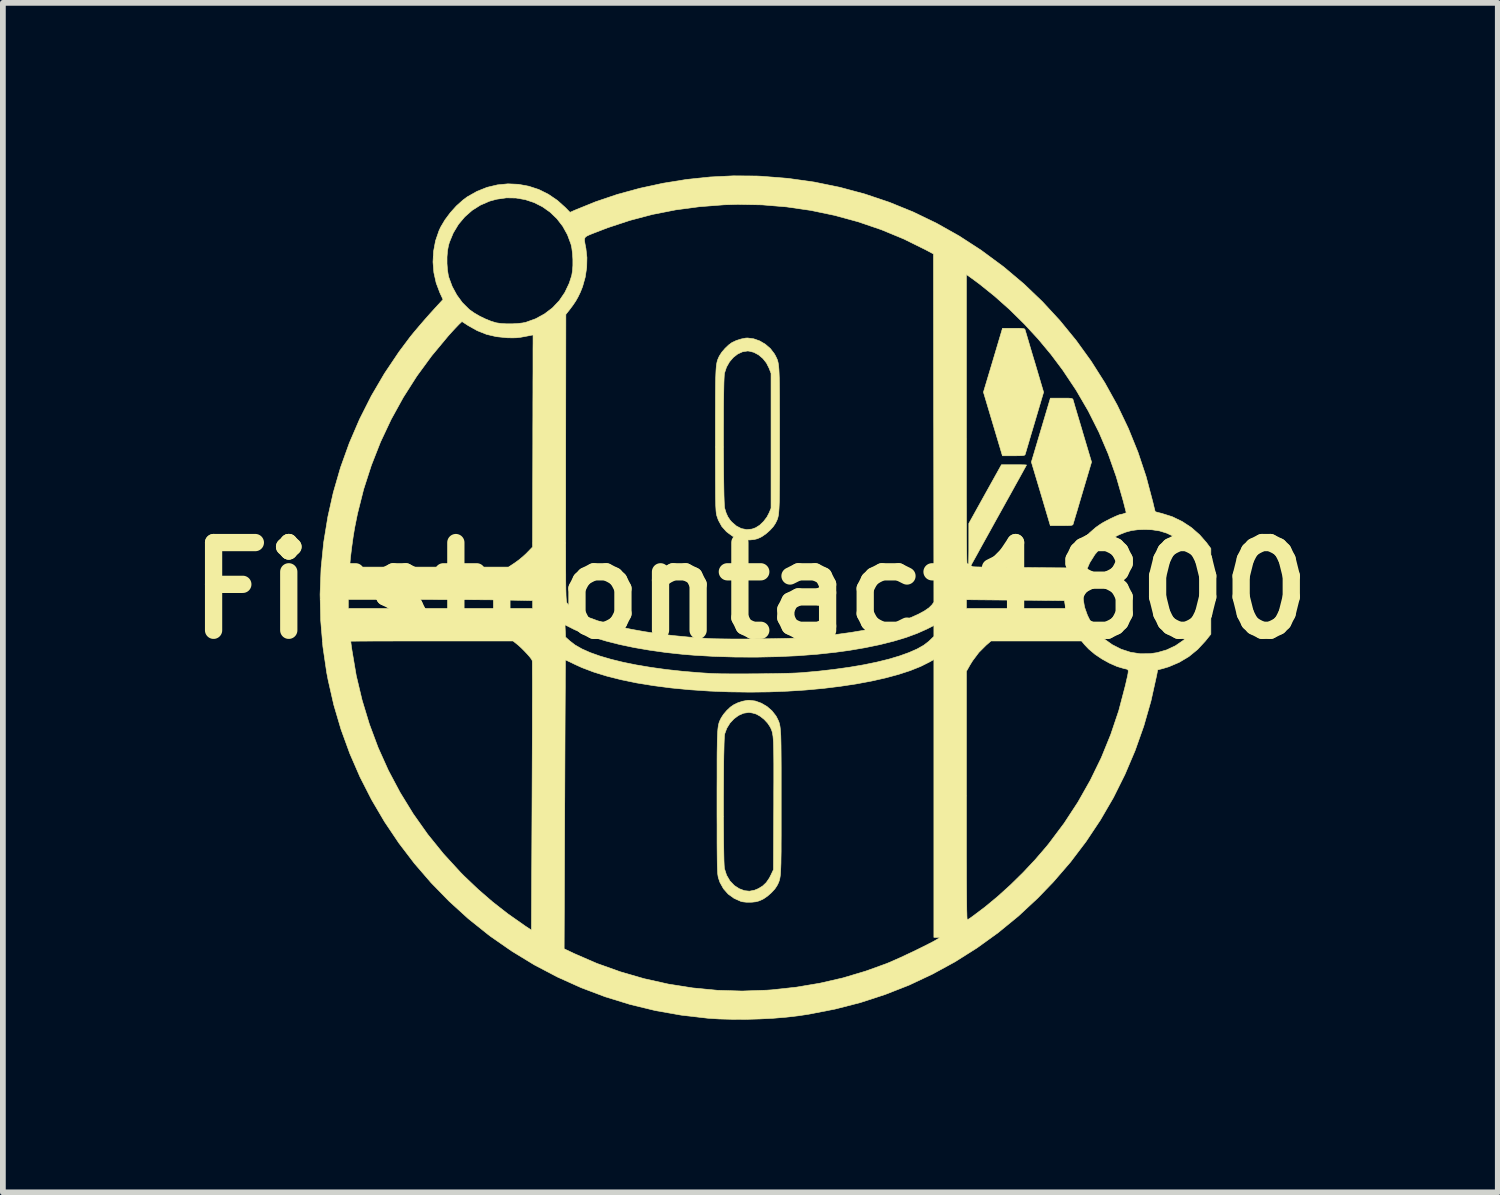
<source format=kicad_pcb>
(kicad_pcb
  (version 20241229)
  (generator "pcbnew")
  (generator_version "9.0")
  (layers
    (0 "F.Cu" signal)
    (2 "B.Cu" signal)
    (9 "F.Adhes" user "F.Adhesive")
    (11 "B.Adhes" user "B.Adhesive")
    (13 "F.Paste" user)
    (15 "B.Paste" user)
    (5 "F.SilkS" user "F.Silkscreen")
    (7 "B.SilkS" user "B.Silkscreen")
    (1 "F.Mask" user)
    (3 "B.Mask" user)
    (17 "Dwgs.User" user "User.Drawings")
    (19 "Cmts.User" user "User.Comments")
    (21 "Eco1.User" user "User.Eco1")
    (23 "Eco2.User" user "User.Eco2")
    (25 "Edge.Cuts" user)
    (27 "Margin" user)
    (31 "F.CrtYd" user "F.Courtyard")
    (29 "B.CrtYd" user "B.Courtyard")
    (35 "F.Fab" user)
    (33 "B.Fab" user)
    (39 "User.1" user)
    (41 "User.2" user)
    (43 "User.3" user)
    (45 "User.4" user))
  (footprint "Firstcontact1800"
    (layer "F.Cu")
    (at 9.986 7.211)
    (property "Reference" "Firstcontact1800" (at 0 0 0) (layer "F.SilkS") (effects (font (size 1.524 1.524) (thickness 0.3))))
    (attr through_hole)
    (fp_poly (pts (xy 5.484 -3.344) (xy 5.538 -3.343) (xy 5.573 -3.34) (xy 5.593 -3.334) (xy 5.603 -3.326) (xy 5.606 -3.32) (xy 5.611 -3.301) (xy 5.624 -3.258) (xy 5.642 -3.195) (xy 5.666 -3.114) (xy 5.695 -3.017) (xy 5.727 -2.91) (xy 5.762 -2.793) (xy 5.77 -2.764) (xy 5.928 -2.234) (xy 5.771 -1.706) (xy 5.736 -1.588) (xy 5.704 -1.479) (xy 5.675 -1.38) (xy 5.649 -1.295) (xy 5.629 -1.227) (xy 5.615 -1.18) (xy 5.608 -1.155) (xy 5.608 -1.154) (xy 5.602 -1.144) (xy 5.589 -1.137) (xy 5.564 -1.132) (xy 5.522 -1.13) (xy 5.46 -1.129) (xy 5.406 -1.129) (xy 5.212 -1.129) (xy 5.048 -1.682) (xy 4.883 -2.234) (xy 5.213 -3.344) (xy 5.406 -3.344) (xy 5.484 -3.344)) (stroke (width 0.01) (type solid)) (fill yes) (layer "F.SilkS"))
    (fp_poly (pts (xy 4.651 -4.558) (xy 4.706 -4.556) (xy 4.74 -4.553) (xy 4.76 -4.548) (xy 4.77 -4.54) (xy 4.773 -4.533) (xy 4.778 -4.515) (xy 4.791 -4.472) (xy 4.81 -4.408) (xy 4.834 -4.327) (xy 4.862 -4.231) (xy 4.894 -4.123) (xy 4.929 -4.007) (xy 4.938 -3.978) (xy 5.095 -3.447) (xy 4.939 -2.92) (xy 4.904 -2.802) (xy 4.871 -2.692) (xy 4.842 -2.593) (xy 4.817 -2.508) (xy 4.797 -2.441) (xy 4.783 -2.393) (xy 4.776 -2.369) (xy 4.775 -2.367) (xy 4.769 -2.357) (xy 4.756 -2.35) (xy 4.731 -2.346) (xy 4.69 -2.344) (xy 4.628 -2.343) (xy 4.574 -2.342) (xy 4.38 -2.342) (xy 4.215 -2.895) (xy 4.05 -3.448) (xy 4.216 -4.003) (xy 4.381 -4.558) (xy 4.574 -4.558) (xy 4.651 -4.558)) (stroke (width 0.01) (type solid)) (fill yes) (layer "F.SilkS"))
    (fp_poly (pts (xy 0.058 -4.375) (xy 0.163 -4.338) (xy 0.261 -4.28) (xy 0.348 -4.205) (xy 0.416 -4.116) (xy 0.434 -4.085) (xy 0.446 -4.061) (xy 0.457 -4.038) (xy 0.467 -4.016) (xy 0.475 -3.991) (xy 0.482 -3.963) (xy 0.488 -3.928) (xy 0.493 -3.887) (xy 0.497 -3.836) (xy 0.5 -3.773) (xy 0.503 -3.698) (xy 0.505 -3.607) (xy 0.506 -3.5) (xy 0.507 -3.374) (xy 0.507 -3.227) (xy 0.508 -3.058) (xy 0.508 -2.864) (xy 0.508 -2.644) (xy 0.508 -2.624) (xy 0.508 -2.402) (xy 0.508 -2.206) (xy 0.508 -2.035) (xy 0.507 -1.887) (xy 0.506 -1.76) (xy 0.505 -1.651) (xy 0.504 -1.559) (xy 0.501 -1.483) (xy 0.498 -1.42) (xy 0.494 -1.368) (xy 0.49 -1.326) (xy 0.484 -1.292) (xy 0.477 -1.263) (xy 0.469 -1.239) (xy 0.46 -1.217) (xy 0.449 -1.195) (xy 0.437 -1.171) (xy 0.436 -1.168) (xy 0.396 -1.109) (xy 0.339 -1.047) (xy 0.272 -0.988) (xy 0.203 -0.94) (xy 0.176 -0.925) (xy 0.12 -0.901) (xy 0.067 -0.888) (xy 0.002 -0.881) (xy -0.021 -0.88) (xy -0.095 -0.88) (xy -0.158 -0.886) (xy -0.191 -0.894) (xy -0.311 -0.947) (xy -0.413 -1.022) (xy -0.496 -1.115) (xy -0.556 -1.225) (xy -0.581 -1.297) (xy -0.586 -1.315) (xy -0.59 -1.335) (xy -0.593 -1.358) (xy -0.596 -1.388) (xy -0.598 -1.425) (xy -0.601 -1.471) (xy -0.602 -1.529) (xy -0.604 -1.601) (xy -0.605 -1.688) (xy -0.605 -1.791) (xy -0.606 -1.914) (xy -0.606 -2.057) (xy -0.607 -2.223) (xy -0.607 -2.414) (xy -0.607 -2.625) (xy -0.607 -2.656) (xy -0.467 -2.656) (xy -0.467 -2.495) (xy -0.466 -2.336) (xy -0.465 -2.182) (xy -0.464 -2.034) (xy -0.462 -1.897) (xy -0.46 -1.772) (xy -0.458 -1.662) (xy -0.455 -1.57) (xy -0.452 -1.499) (xy -0.449 -1.452) (xy -0.446 -1.432) (xy -0.42 -1.348) (xy -0.39 -1.282) (xy -0.351 -1.224) (xy -0.322 -1.191) (xy -0.242 -1.122) (xy -0.156 -1.078) (xy -0.064 -1.06) (xy 0.028 -1.069) (xy 0.092 -1.092) (xy 0.162 -1.136) (xy 0.23 -1.201) (xy 0.288 -1.277) (xy 0.327 -1.352) (xy 0.36 -1.432) (xy 0.36 -3.775) (xy 0.325 -3.866) (xy 0.28 -3.955) (xy 0.218 -4.033) (xy 0.143 -4.096) (xy 0.061 -4.14) (xy -0.023 -4.161) (xy -0.049 -4.163) (xy -0.136 -4.149) (xy -0.219 -4.111) (xy -0.296 -4.051) (xy -0.362 -3.974) (xy -0.414 -3.883) (xy -0.448 -3.78) (xy -0.45 -3.771) (xy -0.453 -3.74) (xy -0.456 -3.684) (xy -0.459 -3.606) (xy -0.461 -3.508) (xy -0.463 -3.393) (xy -0.465 -3.264) (xy -0.466 -3.123) (xy -0.466 -2.973) (xy -0.467 -2.816) (xy -0.467 -2.656) (xy -0.607 -2.656) (xy -0.607 -2.847) (xy -0.607 -3.043) (xy -0.606 -3.214) (xy -0.606 -3.362) (xy -0.605 -3.49) (xy -0.604 -3.599) (xy -0.602 -3.691) (xy -0.599 -3.768) (xy -0.596 -3.831) (xy -0.592 -3.883) (xy -0.587 -3.926) (xy -0.581 -3.96) (xy -0.574 -3.989) (xy -0.566 -4.014) (xy -0.556 -4.037) (xy -0.546 -4.06) (xy -0.535 -4.081) (xy -0.495 -4.143) (xy -0.438 -4.209) (xy -0.376 -4.268) (xy -0.32 -4.309) (xy -0.246 -4.344) (xy -0.162 -4.371) (xy -0.082 -4.387) (xy -0.048 -4.389) (xy 0.058 -4.375)) (stroke (width 0.01) (type solid)) (fill yes) (layer "F.SilkS"))
    (fp_poly (pts (xy 0.086 1.918) (xy 0.191 1.956) (xy 0.29 2.014) (xy 0.376 2.089) (xy 0.445 2.177) (xy 0.462 2.208) (xy 0.474 2.233) (xy 0.485 2.255) (xy 0.495 2.278) (xy 0.503 2.303) (xy 0.51 2.331) (xy 0.516 2.365) (xy 0.521 2.407) (xy 0.525 2.458) (xy 0.529 2.52) (xy 0.531 2.596) (xy 0.533 2.686) (xy 0.534 2.794) (xy 0.535 2.92) (xy 0.536 3.067) (xy 0.536 3.236) (xy 0.536 3.429) (xy 0.536 3.649) (xy 0.536 3.67) (xy 0.536 3.892) (xy 0.536 4.087) (xy 0.536 4.258) (xy 0.535 4.406) (xy 0.535 4.534) (xy 0.533 4.643) (xy 0.532 4.734) (xy 0.529 4.811) (xy 0.526 4.874) (xy 0.523 4.925) (xy 0.518 4.967) (xy 0.512 5.002) (xy 0.505 5.03) (xy 0.497 5.055) (xy 0.488 5.077) (xy 0.478 5.099) (xy 0.465 5.123) (xy 0.464 5.126) (xy 0.425 5.184) (xy 0.367 5.247) (xy 0.3 5.306) (xy 0.231 5.354) (xy 0.204 5.368) (xy 0.148 5.392) (xy 0.095 5.406) (xy 0.031 5.413) (xy 0.007 5.414) (xy -0.067 5.414) (xy -0.13 5.407) (xy -0.162 5.4) (xy -0.283 5.346) (xy -0.385 5.272) (xy -0.467 5.179) (xy -0.528 5.069) (xy -0.553 4.996) (xy -0.558 4.979) (xy -0.561 4.959) (xy -0.565 4.935) (xy -0.568 4.906) (xy -0.57 4.869) (xy -0.572 4.822) (xy -0.574 4.764) (xy -0.575 4.693) (xy -0.576 4.606) (xy -0.577 4.502) (xy -0.578 4.38) (xy -0.578 4.236) (xy -0.578 4.07) (xy -0.579 3.88) (xy -0.579 3.767) (xy -0.467 3.767) (xy -0.467 3.927) (xy -0.466 4.082) (xy -0.465 4.23) (xy -0.464 4.368) (xy -0.462 4.493) (xy -0.46 4.602) (xy -0.458 4.694) (xy -0.455 4.765) (xy -0.452 4.812) (xy -0.45 4.829) (xy -0.413 4.944) (xy -0.355 5.043) (xy -0.278 5.124) (xy -0.195 5.178) (xy -0.103 5.213) (xy -0.015 5.222) (xy 0.073 5.205) (xy 0.138 5.178) (xy 0.215 5.131) (xy 0.277 5.072) (xy 0.33 4.995) (xy 0.358 4.94) (xy 0.402 4.847) (xy 0.407 3.718) (xy 0.407 3.505) (xy 0.408 3.318) (xy 0.408 3.155) (xy 0.408 3.014) (xy 0.407 2.894) (xy 0.406 2.793) (xy 0.404 2.708) (xy 0.402 2.637) (xy 0.398 2.579) (xy 0.394 2.532) (xy 0.388 2.494) (xy 0.382 2.462) (xy 0.374 2.435) (xy 0.365 2.412) (xy 0.355 2.389) (xy 0.346 2.371) (xy 0.301 2.303) (xy 0.241 2.238) (xy 0.173 2.184) (xy 0.105 2.146) (xy 0.084 2.139) (xy 0.035 2.126) (xy -0.01 2.118) (xy -0.028 2.117) (xy -0.117 2.13) (xy -0.204 2.168) (xy -0.284 2.227) (xy -0.354 2.302) (xy -0.409 2.391) (xy -0.445 2.489) (xy -0.446 2.496) (xy -0.45 2.525) (xy -0.453 2.579) (xy -0.456 2.656) (xy -0.458 2.754) (xy -0.461 2.868) (xy -0.463 2.998) (xy -0.464 3.139) (xy -0.465 3.289) (xy -0.466 3.446) (xy -0.467 3.606) (xy -0.467 3.767) (xy -0.579 3.767) (xy -0.579 3.669) (xy -0.579 3.447) (xy -0.578 3.251) (xy -0.578 3.08) (xy -0.578 2.931) (xy -0.577 2.803) (xy -0.575 2.694) (xy -0.574 2.603) (xy -0.571 2.526) (xy -0.568 2.462) (xy -0.564 2.41) (xy -0.559 2.368) (xy -0.553 2.333) (xy -0.546 2.304) (xy -0.538 2.279) (xy -0.528 2.256) (xy -0.517 2.234) (xy -0.507 2.213) (xy -0.466 2.15) (xy -0.41 2.084) (xy -0.348 2.025) (xy -0.291 1.985) (xy -0.217 1.949) (xy -0.134 1.922) (xy -0.054 1.907) (xy -0.02 1.905) (xy 0.086 1.918)) (stroke (width 0.01) (type solid)) (fill yes) (layer "F.SilkS"))
    (fp_poly (pts (xy 0.108 -7.203) (xy 0.191 -7.199) (xy 0.655 -7.162) (xy 1.11 -7.098) (xy 1.555 -7.007) (xy 1.99 -6.89) (xy 2.415 -6.747) (xy 2.83 -6.578) (xy 3.234 -6.383) (xy 3.627 -6.162) (xy 4.008 -5.915) (xy 4.378 -5.642) (xy 4.408 -5.619) (xy 4.751 -5.33) (xy 5.074 -5.021) (xy 5.377 -4.693) (xy 5.66 -4.347) (xy 5.921 -3.986) (xy 6.16 -3.609) (xy 6.376 -3.219) (xy 6.568 -2.817) (xy 6.735 -2.404) (xy 6.876 -1.981) (xy 6.99 -1.55) (xy 6.993 -1.538) (xy 7.008 -1.474) (xy 7.021 -1.422) (xy 7.03 -1.386) (xy 7.034 -1.372) (xy 7.049 -1.367) (xy 7.084 -1.357) (xy 7.133 -1.345) (xy 7.149 -1.341) (xy 7.33 -1.284) (xy 7.502 -1.201) (xy 7.662 -1.096) (xy 7.805 -0.971) (xy 7.929 -0.829) (xy 7.935 -0.82) (xy 8.001 -0.731) (xy 8.001 0.013) (xy 8.001 0.757) (xy 7.906 0.876) (xy 7.771 1.022) (xy 7.619 1.146) (xy 7.451 1.246) (xy 7.27 1.323) (xy 7.168 1.354) (xy 7.077 1.377) (xy 7.06 1.468) (xy 6.961 1.915) (xy 6.836 2.352) (xy 6.685 2.779) (xy 6.509 3.193) (xy 6.309 3.595) (xy 6.083 3.984) (xy 5.834 4.358) (xy 5.561 4.718) (xy 5.264 5.062) (xy 4.993 5.343) (xy 4.656 5.656) (xy 4.304 5.944) (xy 3.938 6.208) (xy 3.558 6.448) (xy 3.164 6.663) (xy 2.758 6.854) (xy 2.34 7.018) (xy 1.91 7.158) (xy 1.469 7.271) (xy 1.017 7.359) (xy 0.833 7.387) (xy 0.626 7.411) (xy 0.399 7.43) (xy 0.161 7.442) (xy -0.081 7.449) (xy -0.318 7.448) (xy -0.544 7.442) (xy -0.741 7.429) (xy -1.198 7.376) (xy -1.647 7.297) (xy -2.088 7.19) (xy -2.52 7.057) (xy -2.941 6.898) (xy -3.352 6.713) (xy -3.752 6.503) (xy -4.139 6.267) (xy -4.203 6.223) (xy -3.235 6.223) (xy -3.06 6.306) (xy -2.666 6.477) (xy -2.26 6.622) (xy -1.846 6.742) (xy -1.425 6.836) (xy -1 6.903) (xy -0.572 6.944) (xy -0.142 6.957) (xy 0.286 6.942) (xy 0.374 6.936) (xy 0.798 6.89) (xy 1.208 6.821) (xy 1.609 6.729) (xy 2.004 6.611) (xy 2.364 6.481) (xy 2.43 6.454) (xy 2.513 6.417) (xy 2.608 6.375) (xy 2.71 6.327) (xy 2.815 6.278) (xy 2.918 6.228) (xy 3.015 6.18) (xy 3.102 6.136) (xy 3.174 6.099) (xy 3.225 6.07) (xy 3.239 6.062) (xy 3.295 6.026) (xy 3.242 6.026) (xy 3.189 6.025) (xy 3.189 1.403) (xy 3.754 1.403) (xy 3.754 3.567) (xy 3.754 3.866) (xy 3.754 4.137) (xy 3.754 4.383) (xy 3.754 4.604) (xy 3.755 4.8) (xy 3.755 4.975) (xy 3.756 5.128) (xy 3.757 5.26) (xy 3.758 5.373) (xy 3.759 5.468) (xy 3.76 5.546) (xy 3.762 5.608) (xy 3.763 5.656) (xy 3.765 5.689) (xy 3.767 5.71) (xy 3.77 5.72) (xy 3.771 5.721) (xy 3.792 5.707) (xy 3.827 5.684) (xy 3.859 5.661) (xy 4.076 5.498) (xy 4.298 5.314) (xy 4.52 5.113) (xy 4.737 4.9) (xy 4.945 4.679) (xy 5.137 4.456) (xy 5.189 4.392) (xy 5.453 4.04) (xy 5.692 3.674) (xy 5.907 3.294) (xy 6.098 2.902) (xy 6.262 2.499) (xy 6.401 2.086) (xy 6.512 1.663) (xy 6.517 1.644) (xy 6.538 1.551) (xy 6.554 1.482) (xy 6.563 1.433) (xy 6.566 1.401) (xy 6.563 1.381) (xy 6.553 1.37) (xy 6.535 1.363) (xy 6.511 1.358) (xy 6.498 1.356) (xy 6.371 1.318) (xy 6.239 1.26) (xy 6.109 1.188) (xy 5.987 1.106) (xy 5.88 1.016) (xy 5.805 0.937) (xy 5.754 0.875) (xy 4.182 0.875) (xy 4.096 0.949) (xy 3.97 1.075) (xy 3.861 1.22) (xy 3.816 1.293) (xy 3.754 1.403) (xy 3.189 1.403) (xy 3.189 1.197) (xy 3.111 1.241) (xy 2.957 1.318) (xy 2.777 1.39) (xy 2.574 1.456) (xy 2.348 1.517) (xy 2.103 1.572) (xy 1.84 1.621) (xy 1.561 1.663) (xy 1.268 1.699) (xy 0.963 1.727) (xy 0.648 1.747) (xy 0.325 1.76) (xy -0.004 1.764) (xy -0.007 1.764) (xy -0.367 1.759) (xy -0.716 1.745) (xy -1.053 1.722) (xy -1.376 1.691) (xy -1.684 1.651) (xy -1.974 1.604) (xy -2.245 1.548) (xy -2.495 1.485) (xy -2.722 1.415) (xy -2.925 1.338) (xy -3.048 1.282) (xy -3.109 1.252) (xy -3.16 1.228) (xy -3.196 1.211) (xy -3.212 1.204) (xy -3.212 1.204) (xy -3.213 1.218) (xy -3.213 1.259) (xy -3.213 1.326) (xy -3.214 1.416) (xy -3.215 1.529) (xy -3.215 1.663) (xy -3.216 1.816) (xy -3.217 1.988) (xy -3.218 2.177) (xy -3.219 2.381) (xy -3.22 2.6) (xy -3.221 2.831) (xy -3.222 3.073) (xy -3.223 3.325) (xy -3.224 3.585) (xy -3.225 3.715) (xy -3.235 6.223) (xy -4.203 6.223) (xy -4.514 6.007) (xy -4.551 5.979) (xy -4.902 5.698) (xy -5.234 5.396) (xy -5.546 5.076) (xy -5.837 4.739) (xy -6.107 4.385) (xy -6.355 4.016) (xy -6.58 3.633) (xy -6.782 3.237) (xy -6.959 2.83) (xy -7.111 2.412) (xy -7.237 1.985) (xy -7.336 1.55) (xy -7.36 1.425) (xy -7.426 0.974) (xy -7.434 0.879) (xy -6.943 0.879) (xy -6.941 0.894) (xy -6.936 0.932) (xy -6.929 0.985) (xy -6.921 1.038) (xy -6.847 1.476) (xy -6.745 1.904) (xy -6.618 2.322) (xy -6.466 2.729) (xy -6.288 3.125) (xy -6.085 3.507) (xy -5.858 3.877) (xy -5.607 4.232) (xy -5.332 4.572) (xy -5.034 4.897) (xy -4.98 4.952) (xy -4.73 5.19) (xy -4.478 5.408) (xy -4.216 5.613) (xy -3.934 5.811) (xy -3.916 5.824) (xy -3.803 5.899) (xy -3.792 3.574) (xy -3.791 3.32) (xy -3.79 3.072) (xy -3.789 2.834) (xy -3.788 2.607) (xy -3.787 2.391) (xy -3.787 2.188) (xy -3.787 2.001) (xy -3.786 1.83) (xy -3.786 1.677) (xy -3.786 1.543) (xy -3.787 1.43) (xy -3.787 1.339) (xy -3.787 1.273) (xy -3.788 1.231) (xy -3.789 1.217) (xy -3.803 1.191) (xy -3.833 1.151) (xy -3.875 1.103) (xy -3.925 1.05) (xy -3.977 0.998) (xy -4.028 0.951) (xy -4.055 0.929) (xy -4.123 0.875) (xy -5.533 0.875) (xy -5.73 0.875) (xy -5.918 0.875) (xy -6.097 0.875) (xy -6.264 0.876) (xy -6.417 0.876) (xy -6.554 0.876) (xy -6.673 0.877) (xy -6.773 0.877) (xy -6.852 0.878) (xy -6.907 0.878) (xy -6.937 0.879) (xy -6.943 0.879) (xy -7.434 0.879) (xy -7.458 0.594) (xy -3.22 0.594) (xy -3.215 0.701) (xy -3.21 0.808) (xy -3.137 0.874) (xy -3.045 0.945) (xy -2.926 1.013) (xy -2.782 1.077) (xy -2.613 1.137) (xy -2.422 1.193) (xy -2.21 1.245) (xy -1.978 1.292) (xy -1.727 1.334) (xy -1.46 1.371) (xy -1.176 1.402) (xy -0.878 1.427) (xy -0.691 1.439) (xy -0.619 1.442) (xy -0.523 1.445) (xy -0.408 1.446) (xy -0.277 1.447) (xy -0.136 1.447) (xy 0.013 1.446) (xy 0.163 1.445) (xy 0.312 1.443) (xy 0.454 1.441) (xy 0.586 1.438) (xy 0.704 1.435) (xy 0.802 1.431) (xy 0.877 1.427) (xy 0.889 1.426) (xy 1.182 1.4) (xy 1.461 1.368) (xy 1.725 1.331) (xy 1.971 1.289) (xy 2.199 1.242) (xy 2.406 1.191) (xy 2.593 1.135) (xy 2.757 1.076) (xy 2.898 1.014) (xy 3.013 0.949) (xy 3.101 0.881) (xy 3.108 0.874) (xy 3.189 0.796) (xy 3.189 0.606) (xy 3.066 0.668) (xy 2.898 0.743) (xy 2.705 0.814) (xy 2.488 0.879) (xy 2.249 0.939) (xy 1.992 0.992) (xy 1.716 1.039) (xy 1.482 1.071) (xy 1.159 1.106) (xy 0.816 1.132) (xy 0.459 1.148) (xy 0.095 1.156) (xy -0.27 1.154) (xy -0.628 1.143) (xy -0.974 1.123) (xy -1.171 1.107) (xy -1.467 1.075) (xy -1.75 1.035) (xy -2.019 0.989) (xy -2.271 0.936) (xy -2.504 0.877) (xy -2.716 0.813) (xy -2.904 0.745) (xy -3.067 0.672) (xy -3.074 0.668) (xy -3.22 0.594) (xy -7.458 0.594) (xy -7.464 0.52) (xy -7.469 0.31) (xy -6.985 0.31) (xy -3.782 0.31) (xy -3.782 0.174) (xy -4.195 0.165) (xy -4.275 0.163) (xy -4.38 0.162) (xy -4.507 0.16) (xy -4.653 0.159) (xy -4.815 0.158) (xy -4.989 0.157) (xy -5.172 0.156) (xy -5.363 0.156) (xy -5.556 0.155) (xy -5.749 0.155) (xy -5.796 0.155) (xy -6.985 0.155) (xy -6.985 0.31) (xy -7.469 0.31) (xy -7.475 0.067) (xy -7.458 -0.385) (xy -7.451 -0.456) (xy -6.957 -0.456) (xy -6.957 -0.409) (xy -4.201 -0.409) (xy -4.087 -0.485) (xy -4.021 -0.533) (xy -3.951 -0.591) (xy -3.889 -0.648) (xy -3.878 -0.66) (xy -3.784 -0.757) (xy -3.783 -1.015) (xy -3.209 -1.015) (xy -3.209 -0.827) (xy -3.208 -0.659) (xy -3.208 -0.511) (xy -3.208 -0.381) (xy -3.207 -0.268) (xy -3.207 -0.171) (xy -3.206 -0.089) (xy -3.205 -0.019) (xy -3.203 0.038) (xy -3.202 0.085) (xy -3.2 0.122) (xy -3.198 0.151) (xy -3.196 0.173) (xy -3.194 0.19) (xy -3.191 0.201) (xy -3.188 0.21) (xy -3.185 0.216) (xy -3.182 0.221) (xy -3.127 0.286) (xy -3.045 0.349) (xy -2.937 0.41) (xy -2.806 0.468) (xy -2.652 0.524) (xy -2.477 0.577) (xy -2.282 0.626) (xy -2.069 0.672) (xy -1.839 0.713) (xy -1.593 0.75) (xy -1.334 0.782) (xy -1.062 0.808) (xy -0.778 0.829) (xy -0.734 0.832) (xy -0.652 0.836) (xy -0.547 0.838) (xy -0.422 0.84) (xy -0.283 0.841) (xy -0.133 0.841) (xy 0.025 0.84) (xy 0.184 0.838) (xy 0.343 0.836) (xy 0.496 0.833) (xy 0.639 0.83) (xy 0.769 0.826) (xy 0.88 0.821) (xy 0.97 0.816) (xy 1.009 0.813) (xy 1.278 0.787) (xy 1.523 0.758) (xy 1.748 0.727) (xy 1.957 0.692) (xy 2.155 0.653) (xy 2.344 0.61) (xy 2.357 0.606) (xy 2.518 0.562) (xy 2.668 0.514) (xy 2.804 0.462) (xy 2.923 0.408) (xy 3.023 0.354) (xy 3.087 0.31) (xy 3.754 0.31) (xy 5.478 0.31) (xy 5.468 0.243) (xy 5.462 0.204) (xy 5.457 0.179) (xy 5.456 0.175) (xy 5.442 0.174) (xy 5.402 0.174) (xy 5.339 0.173) (xy 5.255 0.172) (xy 5.152 0.171) (xy 5.034 0.17) (xy 4.902 0.168) (xy 4.758 0.167) (xy 4.606 0.166) (xy 4.604 0.166) (xy 3.754 0.158) (xy 3.754 0.31) (xy 3.087 0.31) (xy 3.101 0.301) (xy 3.154 0.249) (xy 3.16 0.241) (xy 3.189 0.2) (xy 3.189 0.056) (xy 5.779 0.056) (xy 5.787 0.168) (xy 5.803 0.268) (xy 5.812 0.303) (xy 5.857 0.429) (xy 5.919 0.554) (xy 5.995 0.672) (xy 6.078 0.773) (xy 6.142 0.835) (xy 6.287 0.939) (xy 6.442 1.018) (xy 6.605 1.071) (xy 6.772 1.097) (xy 6.942 1.096) (xy 7.067 1.078) (xy 7.233 1.03) (xy 7.386 0.958) (xy 7.524 0.863) (xy 7.646 0.747) (xy 7.75 0.611) (xy 7.834 0.457) (xy 7.89 0.31) (xy 7.912 0.213) (xy 7.923 0.098) (xy 7.925 -0.024) (xy 7.916 -0.143) (xy 7.897 -0.251) (xy 7.891 -0.275) (xy 7.83 -0.439) (xy 7.745 -0.59) (xy 7.637 -0.724) (xy 7.509 -0.841) (xy 7.361 -0.938) (xy 7.354 -0.942) (xy 7.233 -0.999) (xy 7.11 -1.037) (xy 6.979 -1.057) (xy 6.858 -1.062) (xy 6.733 -1.058) (xy 6.624 -1.044) (xy 6.522 -1.016) (xy 6.415 -0.974) (xy 6.368 -0.951) (xy 6.225 -0.865) (xy 6.097 -0.756) (xy 5.987 -0.628) (xy 5.896 -0.483) (xy 5.827 -0.324) (xy 5.805 -0.253) (xy 5.788 -0.164) (xy 5.779 -0.058) (xy 5.779 0.056) (xy 3.189 0.056) (xy 3.186 -2.824) (xy 3.185 -2.95) (xy 3.754 -2.95) (xy 3.754 -2.634) (xy 3.754 -2.344) (xy 3.754 -2.08) (xy 3.754 -1.841) (xy 3.754 -1.625) (xy 3.755 -1.431) (xy 3.755 -1.259) (xy 3.756 -1.107) (xy 3.756 -0.973) (xy 3.757 -0.858) (xy 3.758 -0.758) (xy 3.759 -0.674) (xy 3.76 -0.604) (xy 3.761 -0.547) (xy 3.763 -0.501) (xy 3.765 -0.467) (xy 3.767 -0.441) (xy 3.769 -0.424) (xy 3.771 -0.414) (xy 3.774 -0.41) (xy 3.775 -0.409) (xy 3.781 -0.412) (xy 3.786 -0.424) (xy 3.79 -0.446) (xy 3.793 -0.483) (xy 3.794 -0.538) (xy 3.795 -0.612) (xy 3.796 -0.71) (xy 3.796 -0.788) (xy 3.796 -1.167) (xy 4.079 -1.677) (xy 4.363 -2.187) (xy 4.58 -2.187) (xy 4.655 -2.187) (xy 4.719 -2.186) (xy 4.766 -2.185) (xy 4.793 -2.183) (xy 4.798 -2.182) (xy 4.791 -2.169) (xy 4.772 -2.134) (xy 4.741 -2.078) (xy 4.7 -2.003) (xy 4.649 -1.911) (xy 4.59 -1.805) (xy 4.524 -1.685) (xy 4.452 -1.556) (xy 4.375 -1.417) (xy 4.316 -1.311) (xy 4.236 -1.167) (xy 4.16 -1.029) (xy 4.089 -0.901) (xy 4.024 -0.784) (xy 3.967 -0.68) (xy 3.918 -0.591) (xy 3.878 -0.519) (xy 3.849 -0.467) (xy 3.832 -0.435) (xy 3.828 -0.427) (xy 3.828 -0.424) (xy 3.831 -0.421) (xy 3.84 -0.418) (xy 3.856 -0.416) (xy 3.881 -0.414) (xy 3.916 -0.412) (xy 3.963 -0.411) (xy 4.024 -0.409) (xy 4.101 -0.408) (xy 4.195 -0.406) (xy 4.308 -0.405) (xy 4.442 -0.404) (xy 4.598 -0.402) (xy 4.778 -0.401) (xy 4.984 -0.399) (xy 5.077 -0.398) (xy 5.504 -0.395) (xy 5.52 -0.434) (xy 5.561 -0.529) (xy 5.607 -0.623) (xy 5.653 -0.71) (xy 5.696 -0.78) (xy 5.707 -0.796) (xy 5.791 -0.9) (xy 5.893 -1.003) (xy 6.001 -1.097) (xy 6.075 -1.149) (xy 6.126 -1.181) (xy 6.189 -1.215) (xy 6.255 -1.249) (xy 6.321 -1.28) (xy 6.378 -1.305) (xy 6.423 -1.322) (xy 6.446 -1.326) (xy 6.47 -1.331) (xy 6.496 -1.34) (xy 6.531 -1.353) (xy 6.476 -1.567) (xy 6.358 -1.977) (xy 6.219 -2.371) (xy 6.057 -2.751) (xy 5.871 -3.121) (xy 5.66 -3.483) (xy 5.428 -3.831) (xy 5.224 -4.103) (xy 5 -4.372) (xy 4.758 -4.634) (xy 4.505 -4.883) (xy 4.243 -5.116) (xy 3.979 -5.328) (xy 3.849 -5.424) (xy 3.754 -5.492) (xy 3.754 -2.95) (xy 3.185 -2.95) (xy 3.182 -5.849) (xy 3.041 -5.924) (xy 2.666 -6.109) (xy 2.277 -6.27) (xy 1.876 -6.407) (xy 1.466 -6.519) (xy 1.049 -6.606) (xy 0.628 -6.667) (xy 0.204 -6.702) (xy -0.22 -6.71) (xy -0.455 -6.703) (xy -0.883 -6.67) (xy -1.296 -6.615) (xy -1.698 -6.536) (xy -2.092 -6.432) (xy -2.48 -6.304) (xy -2.716 -6.213) (xy -2.787 -6.185) (xy -2.835 -6.163) (xy -2.865 -6.143) (xy -2.879 -6.117) (xy -2.881 -6.081) (xy -2.873 -6.029) (xy -2.859 -5.956) (xy -2.857 -5.948) (xy -2.839 -5.786) (xy -2.843 -5.616) (xy -2.869 -5.444) (xy -2.915 -5.28) (xy -2.952 -5.187) (xy -2.992 -5.104) (xy -3.033 -5.031) (xy -3.081 -4.96) (xy -3.136 -4.886) (xy -3.205 -4.799) (xy -3.208 -2.311) (xy -3.208 -2) (xy -3.208 -1.717) (xy -3.208 -1.459) (xy -3.209 -1.225) (xy -3.209 -1.015) (xy -3.783 -1.015) (xy -3.779 -2.598) (xy -3.779 -2.823) (xy -3.778 -3.041) (xy -3.778 -3.249) (xy -3.777 -3.446) (xy -3.777 -3.63) (xy -3.776 -3.799) (xy -3.776 -3.952) (xy -3.776 -4.088) (xy -3.776 -4.204) (xy -3.775 -4.299) (xy -3.775 -4.371) (xy -3.775 -4.418) (xy -3.775 -4.44) (xy -3.775 -4.441) (xy -3.788 -4.44) (xy -3.823 -4.433) (xy -3.874 -4.423) (xy -3.916 -4.415) (xy -3.993 -4.401) (xy -4.061 -4.393) (xy -4.133 -4.391) (xy -4.221 -4.393) (xy -4.226 -4.393) (xy -4.412 -4.412) (xy -4.583 -4.452) (xy -4.746 -4.517) (xy -4.906 -4.607) (xy -4.915 -4.613) (xy -5.01 -4.675) (xy -5.061 -4.627) (xy -5.088 -4.599) (xy -5.129 -4.556) (xy -5.18 -4.501) (xy -5.234 -4.441) (xy -5.255 -4.417) (xy -5.537 -4.078) (xy -5.796 -3.724) (xy -6.03 -3.356) (xy -6.24 -2.975) (xy -6.425 -2.582) (xy -6.584 -2.177) (xy -6.718 -1.762) (xy -6.825 -1.337) (xy -6.874 -1.094) (xy -6.886 -1.022) (xy -6.9 -0.937) (xy -6.913 -0.844) (xy -6.926 -0.75) (xy -6.937 -0.659) (xy -6.947 -0.578) (xy -6.953 -0.511) (xy -6.957 -0.465) (xy -6.957 -0.456) (xy -7.451 -0.456) (xy -7.413 -0.835) (xy -7.34 -1.282) (xy -7.246 -1.702) (xy -7.12 -2.138) (xy -6.967 -2.564) (xy -6.789 -2.978) (xy -6.585 -3.382) (xy -6.356 -3.773) (xy -6.102 -4.151) (xy -5.908 -4.41) (xy -5.841 -4.492) (xy -5.759 -4.589) (xy -5.667 -4.696) (xy -5.568 -4.808) (xy -5.468 -4.918) (xy -5.436 -4.953) (xy -5.339 -5.058) (xy -5.393 -5.173) (xy -5.458 -5.345) (xy -5.498 -5.525) (xy -5.511 -5.682) (xy -5.27 -5.682) (xy -5.262 -5.57) (xy -5.246 -5.47) (xy -5.238 -5.441) (xy -5.18 -5.284) (xy -5.1 -5.136) (xy -5.003 -5.003) (xy -4.89 -4.891) (xy -4.875 -4.878) (xy -4.798 -4.824) (xy -4.704 -4.769) (xy -4.603 -4.72) (xy -4.504 -4.68) (xy -4.415 -4.653) (xy -4.403 -4.651) (xy -4.327 -4.64) (xy -4.236 -4.635) (xy -4.138 -4.635) (xy -4.043 -4.64) (xy -3.958 -4.65) (xy -3.902 -4.661) (xy -3.73 -4.723) (xy -3.575 -4.808) (xy -3.437 -4.913) (xy -3.319 -5.038) (xy -3.222 -5.181) (xy -3.146 -5.341) (xy -3.103 -5.475) (xy -3.09 -5.554) (xy -3.083 -5.65) (xy -3.083 -5.756) (xy -3.09 -5.861) (xy -3.102 -5.956) (xy -3.116 -6.018) (xy -3.177 -6.182) (xy -3.259 -6.33) (xy -3.361 -6.462) (xy -3.479 -6.575) (xy -3.612 -6.669) (xy -3.757 -6.742) (xy -3.911 -6.793) (xy -4.072 -6.821) (xy -4.238 -6.824) (xy -4.406 -6.8) (xy -4.531 -6.766) (xy -4.69 -6.697) (xy -4.834 -6.606) (xy -4.962 -6.493) (xy -5.072 -6.362) (xy -5.161 -6.214) (xy -5.228 -6.052) (xy -5.244 -5.997) (xy -5.261 -5.906) (xy -5.27 -5.797) (xy -5.27 -5.682) (xy -5.511 -5.682) (xy -5.513 -5.71) (xy -5.503 -5.896) (xy -5.469 -6.078) (xy -5.409 -6.252) (xy -5.38 -6.315) (xy -5.306 -6.44) (xy -5.213 -6.565) (xy -5.107 -6.683) (xy -4.993 -6.785) (xy -4.918 -6.841) (xy -4.75 -6.936) (xy -4.575 -7.006) (xy -4.395 -7.049) (xy -4.212 -7.067) (xy -4.03 -7.059) (xy -3.851 -7.026) (xy -3.676 -6.969) (xy -3.509 -6.886) (xy -3.353 -6.78) (xy -3.216 -6.657) (xy -3.133 -6.572) (xy -3.052 -6.608) (xy -2.69 -6.755) (xy -2.312 -6.883) (xy -1.92 -6.99) (xy -1.518 -7.077) (xy -1.11 -7.143) (xy -0.701 -7.186) (xy -0.294 -7.206) (xy 0.108 -7.203)) (stroke (width 0.01) (type solid)) (fill yes) (layer "F.SilkS")))
  (gr_rect
    (start -3 -3)
    (end 22.972 17.665)
    (stroke (width 0.1) (type default))
    (fill no)
    (layer "Edge.Cuts")))
</source>
